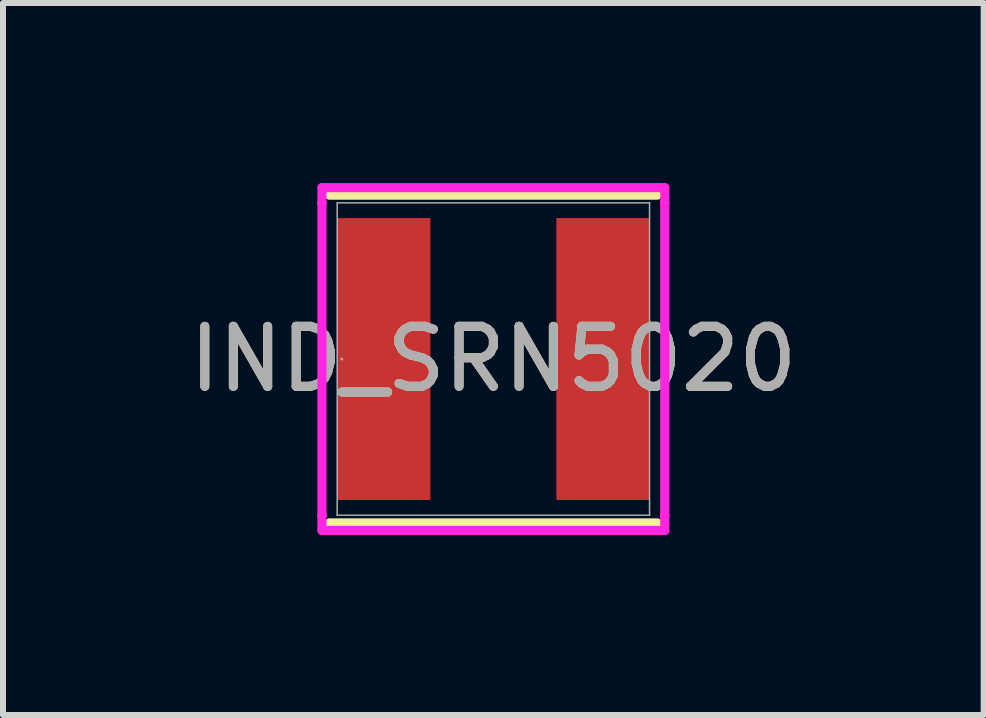
<source format=kicad_pcb>
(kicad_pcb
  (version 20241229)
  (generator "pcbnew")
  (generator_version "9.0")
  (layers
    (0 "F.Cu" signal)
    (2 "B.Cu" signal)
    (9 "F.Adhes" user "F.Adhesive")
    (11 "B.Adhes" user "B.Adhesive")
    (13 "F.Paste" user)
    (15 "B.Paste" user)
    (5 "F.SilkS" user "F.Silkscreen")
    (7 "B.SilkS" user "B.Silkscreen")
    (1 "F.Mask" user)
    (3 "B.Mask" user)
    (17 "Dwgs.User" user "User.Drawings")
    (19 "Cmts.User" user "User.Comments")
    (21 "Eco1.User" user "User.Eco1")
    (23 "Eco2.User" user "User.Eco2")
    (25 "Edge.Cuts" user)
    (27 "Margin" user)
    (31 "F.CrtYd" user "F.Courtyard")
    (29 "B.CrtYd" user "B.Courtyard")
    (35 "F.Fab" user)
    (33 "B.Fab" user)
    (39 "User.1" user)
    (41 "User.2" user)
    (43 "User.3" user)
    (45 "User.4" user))
  (footprint "IND_SRN5020"
    (layer "F.Cu")
    (at 5.173 2.934)
    (property "Reference" "IND_SRN5020" (at 0 0 0) (unlocked yes) (layer "F.SilkS") (effects (font (size 1 1) (thickness 0.15))))
    (attr smd)
    (fp_line (start -2.731 2.731) (end 2.731 2.731) (stroke (width 0.152) (type solid)) (layer "F.SilkS"))
    (fp_line (start 2.731 -2.731) (end -2.731 -2.731) (stroke (width 0.152) (type solid)) (layer "F.SilkS"))
    (fp_line (start -2.857 -2.857) (end 2.857 -2.857) (stroke (width 0.152) (type solid)) (layer "F.CrtYd"))
    (fp_line (start -2.857 -2.603) (end -2.857 -2.857) (stroke (width 0.152) (type solid)) (layer "F.CrtYd"))
    (fp_line (start -2.857 -2.603) (end -2.857 -2.603) (stroke (width 0.152) (type solid)) (layer "F.CrtYd"))
    (fp_line (start -2.857 2.603) (end -2.857 -2.603) (stroke (width 0.152) (type solid)) (layer "F.CrtYd"))
    (fp_line (start -2.857 2.603) (end -2.857 2.603) (stroke (width 0.152) (type solid)) (layer "F.CrtYd"))
    (fp_line (start -2.857 2.857) (end -2.857 2.603) (stroke (width 0.152) (type solid)) (layer "F.CrtYd"))
    (fp_line (start 2.857 -2.857) (end 2.857 -2.603) (stroke (width 0.152) (type solid)) (layer "F.CrtYd"))
    (fp_line (start 2.857 -2.603) (end 2.857 -2.603) (stroke (width 0.152) (type solid)) (layer "F.CrtYd"))
    (fp_line (start 2.857 -2.603) (end 2.857 2.603) (stroke (width 0.152) (type solid)) (layer "F.CrtYd"))
    (fp_line (start 2.857 2.603) (end 2.857 2.603) (stroke (width 0.152) (type solid)) (layer "F.CrtYd"))
    (fp_line (start 2.857 2.603) (end 2.857 2.857) (stroke (width 0.152) (type solid)) (layer "F.CrtYd"))
    (fp_line (start 2.857 2.857) (end -2.857 2.857) (stroke (width 0.152) (type solid)) (layer "F.CrtYd"))
    (fp_line (start -2.603 -2.603) (end -2.603 2.603) (stroke (width 0.025) (type solid)) (layer "F.Fab"))
    (fp_line (start -2.603 2.603) (end 2.603 2.603) (stroke (width 0.025) (type solid)) (layer "F.Fab"))
    (fp_line (start 2.603 -2.603) (end -2.603 -2.603) (stroke (width 0.025) (type solid)) (layer "F.Fab"))
    (fp_line (start 2.603 2.603) (end 2.603 -2.603) (stroke (width 0.025) (type solid)) (layer "F.Fab"))
    (fp_circle (center -2.527 0) (end -2.527 0) (stroke (width 0.025) (type solid)) (fill no) (layer "F.Fab"))
    (fp_text user "${REFERENCE}" (at 0 0 0) (unlocked yes) (layer "F.Fab") (effects (font (size 1 1) (thickness 0.15))))
    (pad "1" smd rect (at -1.825 0) (size 1.55 4.699) (layers "F.Cu" "F.Mask" "F.Paste"))
    (pad "2" smd rect (at 1.825 0) (size 1.55 4.699) (layers "F.Cu" "F.Mask" "F.Paste"))
    (zone (net_name "") (layer "F.Cu") (hatch full 0.508) (connect_pads) (min_thickness 0.254) (filled_areas_thickness no) (keepout (tracks not_allowed) (vias not_allowed) (pads allowed) (copperpour not_allowed) (footprints allowed)) (placement (enabled no)) (fill) (polygon (pts (xy 4.173 0.381) (xy 6.172 0.381) (xy 6.172 5.486) (xy 4.173 5.486)))))
  (gr_rect
    (start -3 -3)
    (end 13.345 8.867)
    (stroke (width 0.1) (type default))
    (fill no)
    (layer "Edge.Cuts")))
</source>
